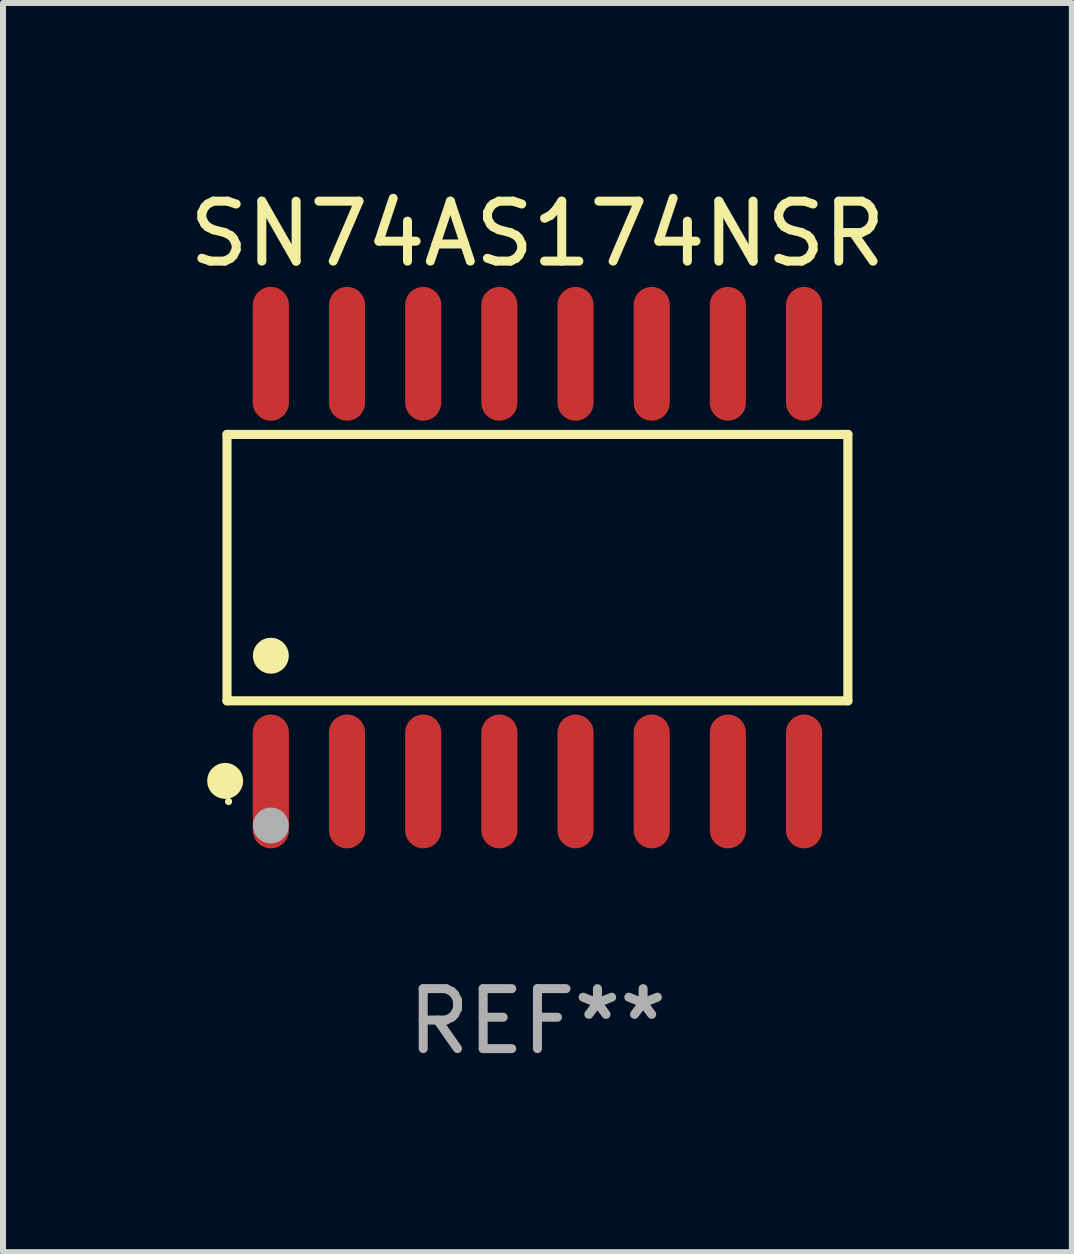
<source format=kicad_pcb>
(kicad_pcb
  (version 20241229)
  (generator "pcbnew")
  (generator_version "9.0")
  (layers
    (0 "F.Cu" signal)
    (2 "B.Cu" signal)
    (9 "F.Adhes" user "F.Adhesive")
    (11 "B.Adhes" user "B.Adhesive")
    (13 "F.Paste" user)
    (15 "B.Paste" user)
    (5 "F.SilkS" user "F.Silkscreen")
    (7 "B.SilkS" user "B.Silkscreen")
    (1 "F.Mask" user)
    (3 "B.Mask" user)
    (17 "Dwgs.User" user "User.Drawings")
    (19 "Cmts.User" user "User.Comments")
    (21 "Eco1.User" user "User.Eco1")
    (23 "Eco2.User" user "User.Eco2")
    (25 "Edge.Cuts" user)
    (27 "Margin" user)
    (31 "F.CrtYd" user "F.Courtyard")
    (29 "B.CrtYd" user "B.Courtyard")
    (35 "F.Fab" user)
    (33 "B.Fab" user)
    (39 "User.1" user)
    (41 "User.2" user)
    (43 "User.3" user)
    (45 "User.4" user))
  (footprint "SN74AS174NSR"
    (layer "F.Cu")
    (at 5.911 6.414)
    (property "Reference" "SN74AS174NSR" (at 0 -5.565 0) (layer "F.SilkS") (effects (font (size 1 1) (thickness 0.15))))
    (attr through_hole)
    (fp_line (start -5.176 -2.221) (end 5.176 -2.221) (stroke (width 0.152) (type solid)) (layer "F.SilkS"))
    (fp_line (start -5.176 2.221) (end -5.176 -2.221) (stroke (width 0.152) (type solid)) (layer "F.SilkS"))
    (fp_line (start 5.176 -2.221) (end 5.176 2.221) (stroke (width 0.152) (type solid)) (layer "F.SilkS"))
    (fp_line (start 5.176 2.221) (end -5.176 2.221) (stroke (width 0.152) (type solid)) (layer "F.SilkS"))
    (fp_circle (center -5.207 3.556) (end -5.057 3.556) (stroke (width 0.3) (type solid)) (fill no) (layer "F.SilkS"))
    (fp_circle (center -5.15 3.9) (end -5.12 3.9) (stroke (width 0.06) (type solid)) (fill no) (layer "F.SilkS"))
    (fp_circle (center -4.445 1.469) (end -4.295 1.469) (stroke (width 0.3) (type solid)) (fill no) (layer "F.SilkS"))
    (fp_circle (center -4.445 4.3) (end -4.295 4.3) (stroke (width 0.3) (type solid)) (fill no) (layer "F.Fab"))
    (fp_text user "REF**" (at 0 7.565 0) (layer "F.Fab") (effects (font (size 1 1) (thickness 0.15))))
    (pad "1" smd oval (at -4.445 3.565) (size 0.602 2.231) (layers "F.Cu" "F.Mask" "F.Paste"))
    (pad "2" smd oval (at -3.175 3.565) (size 0.602 2.231) (layers "F.Cu" "F.Mask" "F.Paste"))
    (pad "3" smd oval (at -1.905 3.565) (size 0.602 2.231) (layers "F.Cu" "F.Mask" "F.Paste"))
    (pad "4" smd oval (at -0.635 3.565) (size 0.602 2.231) (layers "F.Cu" "F.Mask" "F.Paste"))
    (pad "5" smd oval (at 0.635 3.565) (size 0.602 2.231) (layers "F.Cu" "F.Mask" "F.Paste"))
    (pad "6" smd oval (at 1.905 3.565) (size 0.602 2.231) (layers "F.Cu" "F.Mask" "F.Paste"))
    (pad "7" smd oval (at 3.175 3.565) (size 0.602 2.231) (layers "F.Cu" "F.Mask" "F.Paste"))
    (pad "8" smd oval (at 4.445 3.565) (size 0.602 2.231) (layers "F.Cu" "F.Mask" "F.Paste"))
    (pad "9" smd oval (at 4.445 -3.565) (size 0.602 2.231) (layers "F.Cu" "F.Mask" "F.Paste"))
    (pad "10" smd oval (at 3.175 -3.565) (size 0.602 2.231) (layers "F.Cu" "F.Mask" "F.Paste"))
    (pad "11" smd oval (at 1.905 -3.565) (size 0.602 2.231) (layers "F.Cu" "F.Mask" "F.Paste"))
    (pad "12" smd oval (at 0.635 -3.565) (size 0.602 2.231) (layers "F.Cu" "F.Mask" "F.Paste"))
    (pad "13" smd oval (at -0.635 -3.565) (size 0.602 2.231) (layers "F.Cu" "F.Mask" "F.Paste"))
    (pad "14" smd oval (at -1.905 -3.565) (size 0.602 2.231) (layers "F.Cu" "F.Mask" "F.Paste"))
    (pad "15" smd oval (at -3.175 -3.565) (size 0.602 2.231) (layers "F.Cu" "F.Mask" "F.Paste"))
    (pad "16" smd oval (at -4.445 -3.565) (size 0.602 2.231) (layers "F.Cu" "F.Mask" "F.Paste")))
  (gr_rect
    (start -3 -3)
    (end 14.821 17.827)
    (stroke (width 0.1) (type default))
    (fill no)
    (layer "Edge.Cuts")))
</source>
